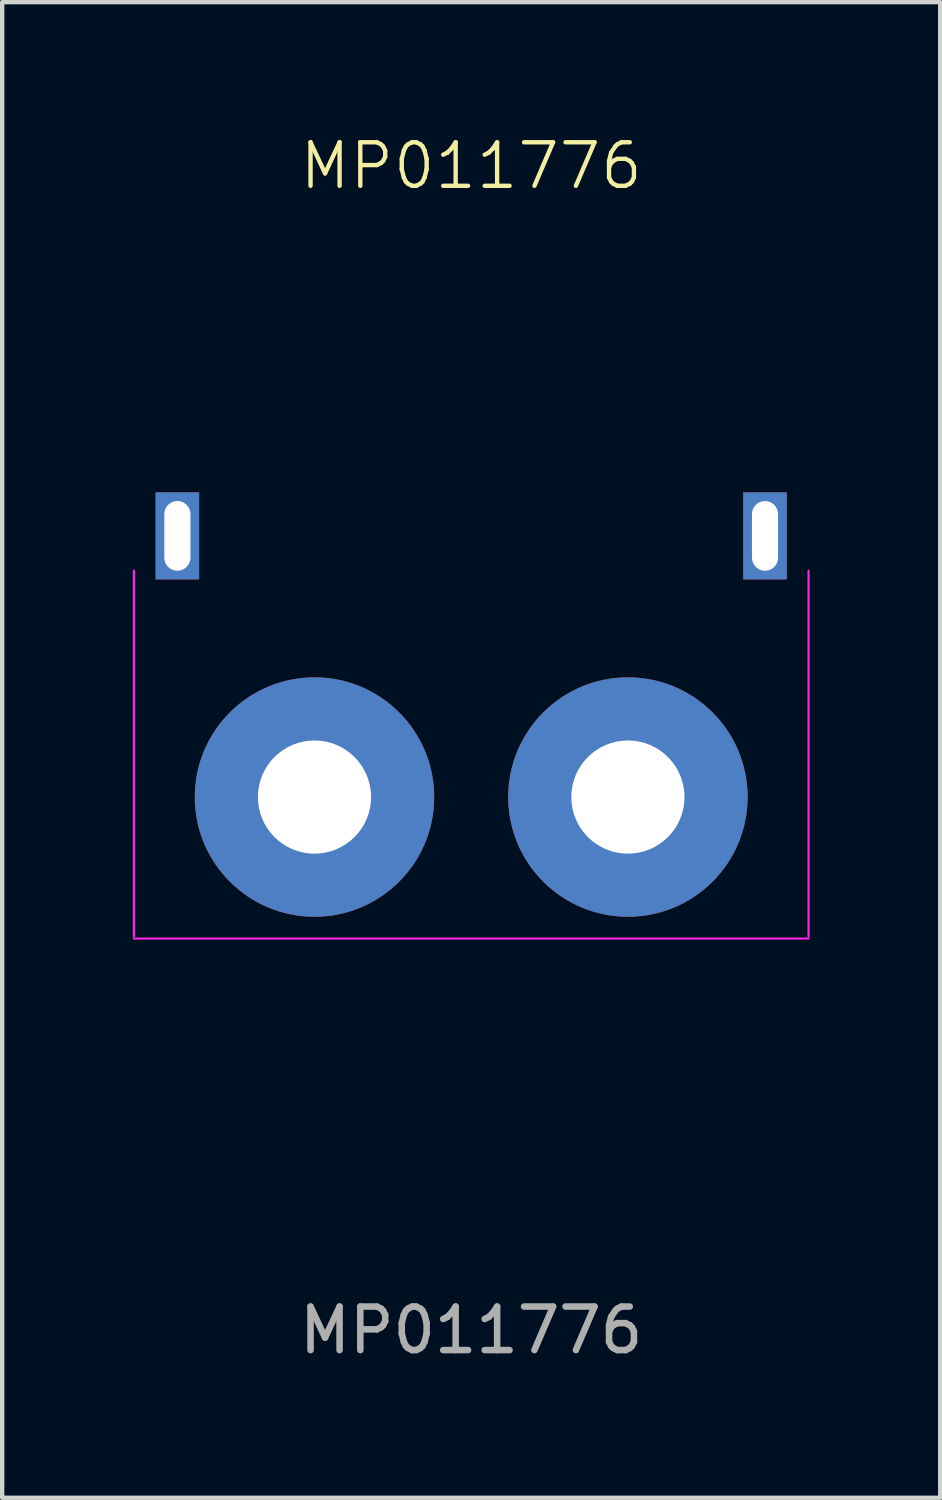
<source format=kicad_pcb>
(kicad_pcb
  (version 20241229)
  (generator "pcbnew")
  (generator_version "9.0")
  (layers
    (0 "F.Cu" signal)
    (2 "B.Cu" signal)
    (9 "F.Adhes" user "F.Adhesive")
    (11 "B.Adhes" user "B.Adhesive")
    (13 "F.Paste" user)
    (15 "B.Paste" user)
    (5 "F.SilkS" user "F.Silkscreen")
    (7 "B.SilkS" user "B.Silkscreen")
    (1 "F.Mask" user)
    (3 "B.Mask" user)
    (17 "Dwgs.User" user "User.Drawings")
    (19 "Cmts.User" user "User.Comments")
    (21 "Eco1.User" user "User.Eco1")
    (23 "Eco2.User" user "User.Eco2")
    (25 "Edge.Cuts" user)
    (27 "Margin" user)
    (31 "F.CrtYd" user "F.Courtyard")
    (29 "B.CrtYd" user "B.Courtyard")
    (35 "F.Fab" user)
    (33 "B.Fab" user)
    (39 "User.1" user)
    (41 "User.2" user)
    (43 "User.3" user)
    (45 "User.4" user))
  (footprint "MP011776"
    (layer "F.Cu")
    (at 7.775 12.261)
    (property "Reference" "MP011776" (at 0 -11.5 0) (unlocked yes) (layer "F.SilkS") (effects (font (size 1 1) (thickness 0.1))))
    (attr through_hole)
    (fp_line (start -7.75 -2.2) (end -7.75 6.2) (stroke (width 0.05) (type default)) (layer "F.CrtYd"))
    (fp_line (start -7.75 6.25) (end 7.75 6.25) (stroke (width 0.05) (type default)) (layer "F.CrtYd"))
    (fp_line (start 7.75 -2.2) (end 7.75 6.2) (stroke (width 0.05) (type default)) (layer "F.CrtYd"))
    (fp_text user "${REFERENCE}" (at 0 15.25 0) (unlocked yes) (layer "F.Fab") (effects (font (size 1 1) (thickness 0.15))))
    (pad "1" thru_hole circle (at -3.6 3) (size 5.5 5.5) (drill 2.6) (layers "*.Cu" "*.Mask"))
    (pad "2" thru_hole circle (at 3.6 3 90) (size 5.5 5.5) (drill 2.6) (layers "*.Cu" "*.Mask"))
    (pad "3" thru_hole rect (at -6.75 -3) (size 1 2) (drill oval 0.6 1.6) (layers "*.Cu" "*.Mask"))
    (pad "4" thru_hole rect (at 6.75 -3) (size 1 2) (drill oval 0.6 1.6) (layers "*.Cu" "*.Mask")))
  (gr_rect
    (start -3 -3)
    (end 18.55 31.359)
    (stroke (width 0.1) (type default))
    (fill no)
    (layer "Edge.Cuts")))
</source>
